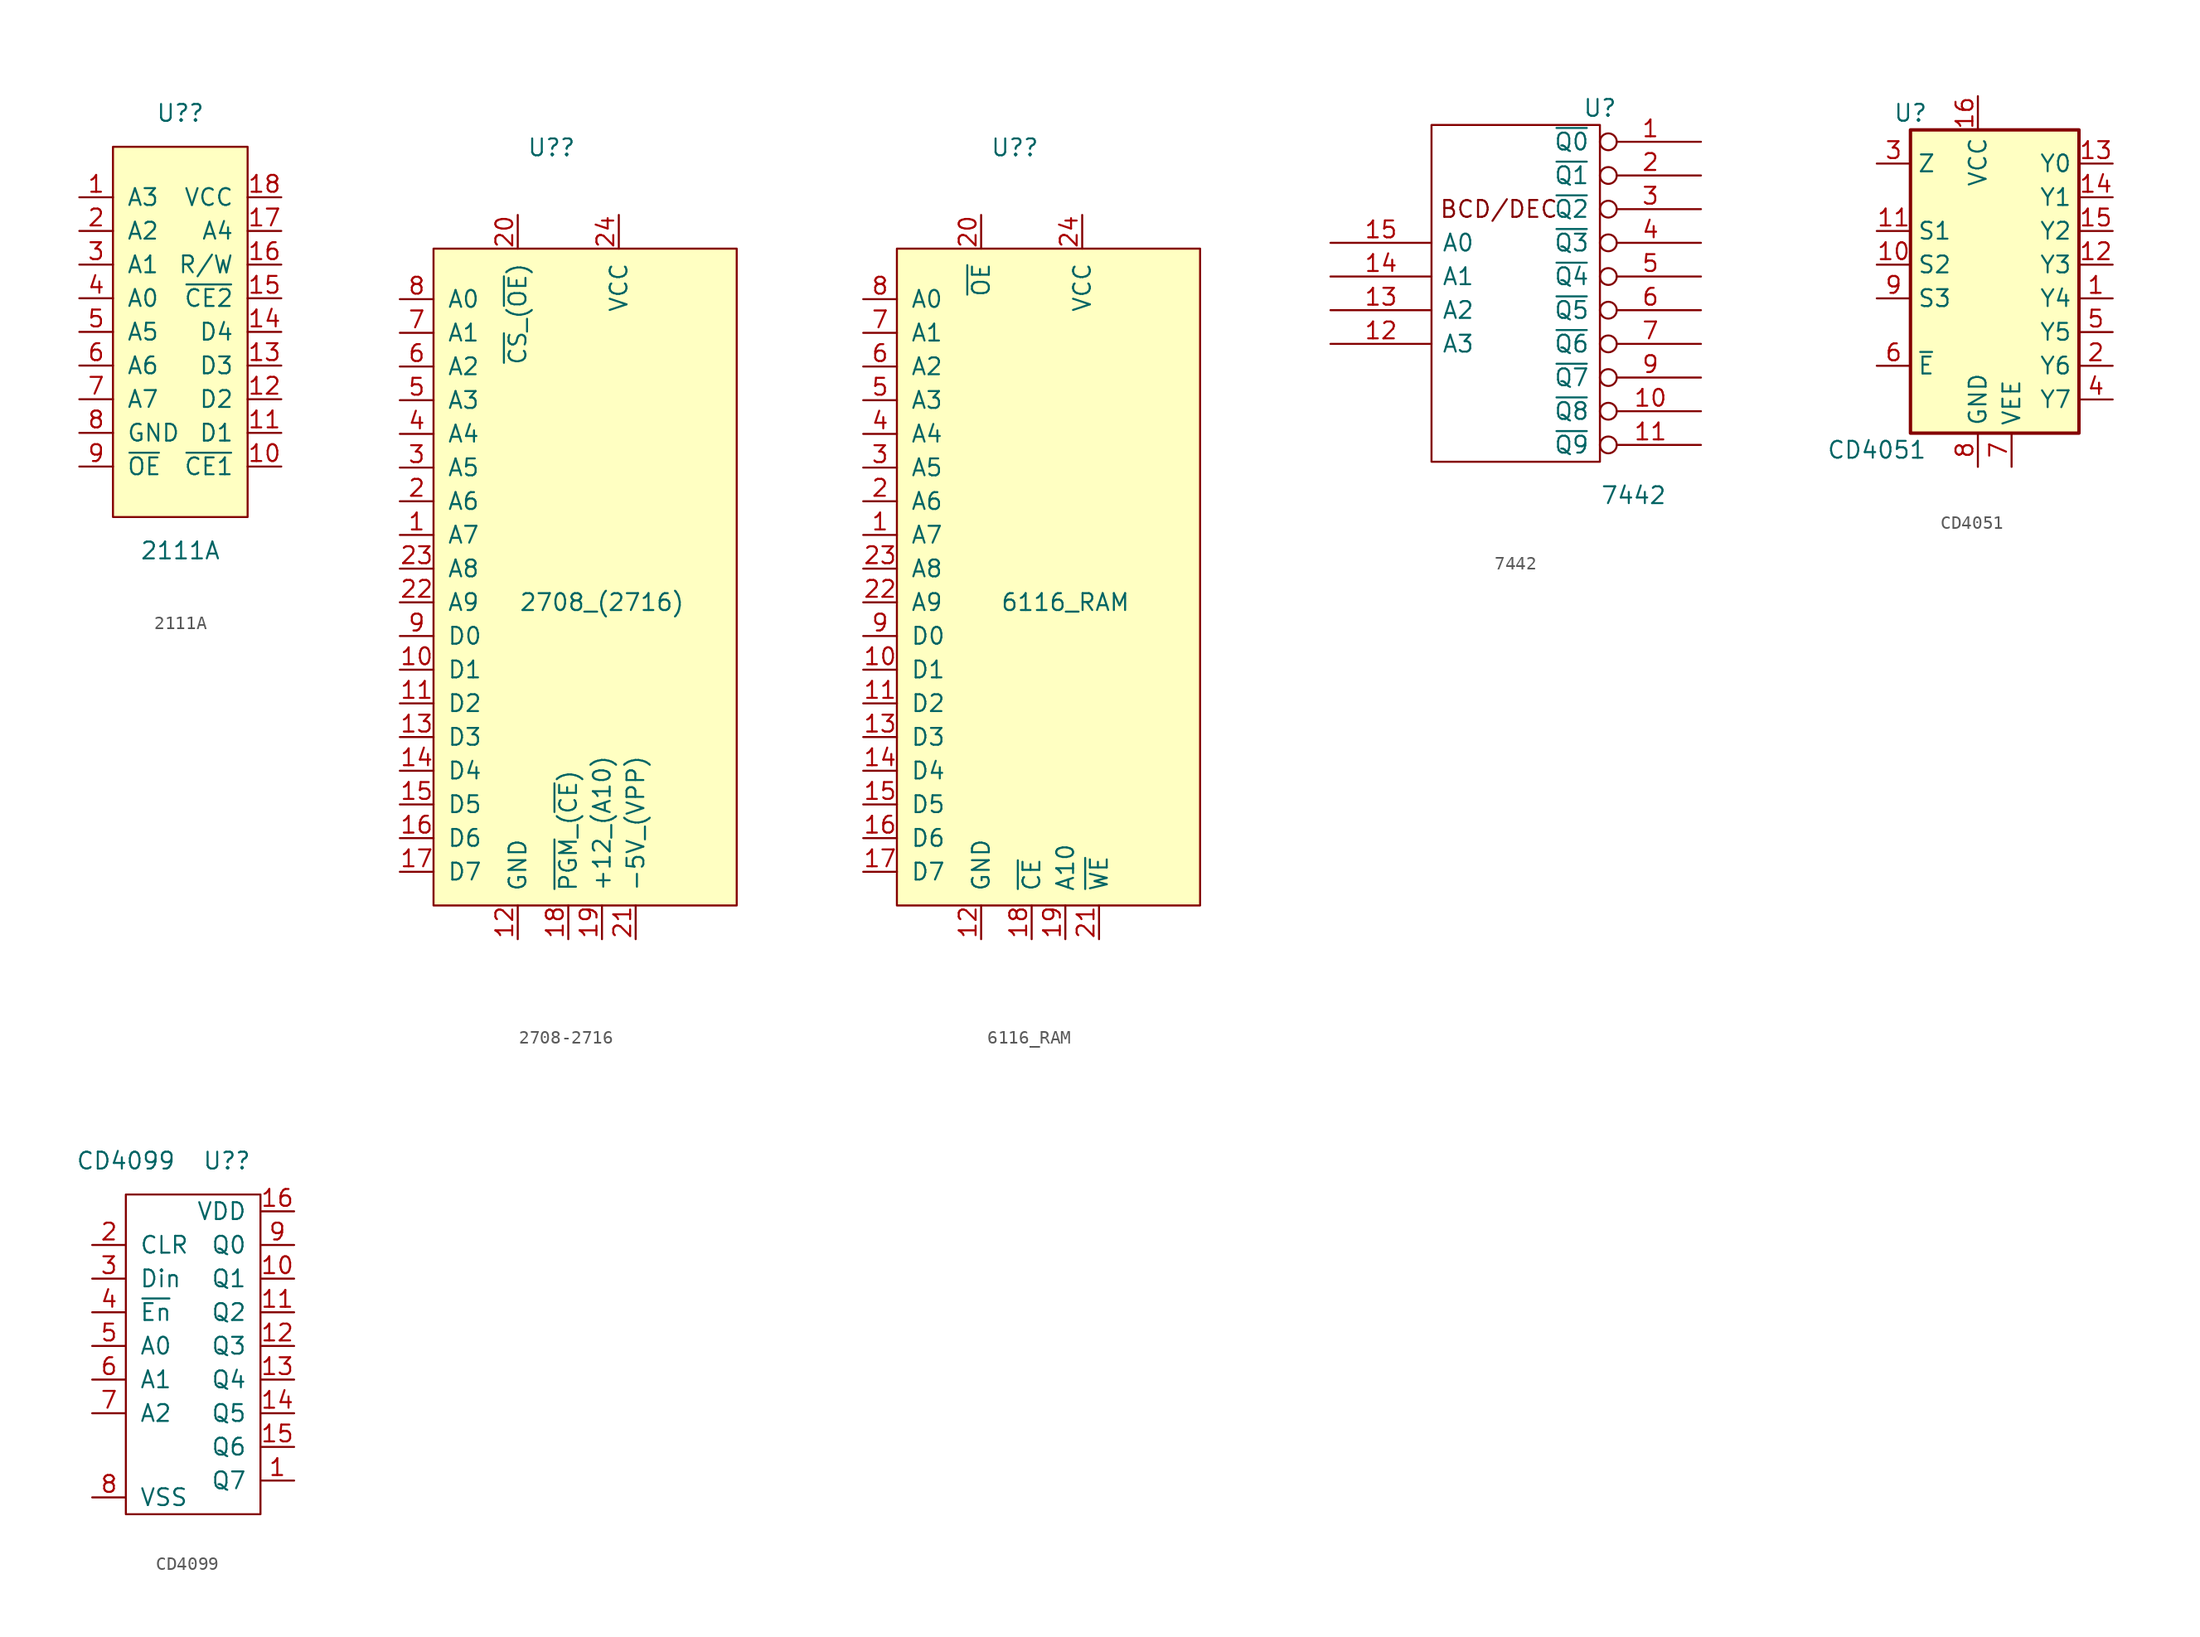
<source format=kicad_sym>
(kicad_symbol_lib
  (version 20220914)
  (generator kicad_symbol_editor)
  (symbol "2111A"
    (pin_names
      (offset 1.016))
    (property "Reference" "U?"
      (at 0 16.51 0)
      (effects (font (size 1.27 1.27))))
    (property "Value" "2111A"
      (at 0 -16.51 0)
      (effects (font (size 1.27 1.27))))
    (symbol "2111A_0_1"
      (rectangle (start -5.08 13.97) (end 5.08 -13.97) (stroke (width 0) (type solid)) (fill (type background))))
    (symbol "2111A_1_1"
      (pin input line (at -7.62 10.16 0) (length 2.54) (name "A3" (effects (font (size 1.27 1.27)))) (number "1" (effects (font (size 1.27 1.27)))))
      (pin input line (at 7.62 -10.16 180) (length 2.54) (name "~{CE1}" (effects (font (size 1.27 1.27)))) (number "10" (effects (font (size 1.27 1.27)))))
      (pin tri_state line (at 7.62 -7.62 180) (length 2.54) (name "D1" (effects (font (size 1.27 1.27)))) (number "11" (effects (font (size 1.27 1.27)))))
      (pin tri_state line (at 7.62 -5.08 180) (length 2.54) (name "D2" (effects (font (size 1.27 1.27)))) (number "12" (effects (font (size 1.27 1.27)))))
      (pin tri_state line (at 7.62 -2.54 180) (length 2.54) (name "D3" (effects (font (size 1.27 1.27)))) (number "13" (effects (font (size 1.27 1.27)))))
      (pin tri_state line (at 7.62 0 180) (length 2.54) (name "D4" (effects (font (size 1.27 1.27)))) (number "14" (effects (font (size 1.27 1.27)))))
      (pin input line (at 7.62 2.54 180) (length 2.54) (name "~{CE2}" (effects (font (size 1.27 1.27)))) (number "15" (effects (font (size 1.27 1.27)))))
      (pin input line (at 7.62 5.08 180) (length 2.54) (name "R/W" (effects (font (size 1.27 1.27)))) (number "16" (effects (font (size 1.27 1.27)))))
      (pin input line (at 7.62 7.62 180) (length 2.54) (name "A4" (effects (font (size 1.27 1.27)))) (number "17" (effects (font (size 1.27 1.27)))))
      (pin power_in line (at 7.62 10.16 180) (length 2.54) (name "VCC" (effects (font (size 1.27 1.27)))) (number "18" (effects (font (size 1.27 1.27)))))
      (pin input line (at -7.62 7.62 0) (length 2.54) (name "A2" (effects (font (size 1.27 1.27)))) (number "2" (effects (font (size 1.27 1.27)))))
      (pin input line (at -7.62 5.08 0) (length 2.54) (name "A1" (effects (font (size 1.27 1.27)))) (number "3" (effects (font (size 1.27 1.27)))))
      (pin input line (at -7.62 2.54 0) (length 2.54) (name "A0" (effects (font (size 1.27 1.27)))) (number "4" (effects (font (size 1.27 1.27)))))
      (pin input line (at -7.62 0 0) (length 2.54) (name "A5" (effects (font (size 1.27 1.27)))) (number "5" (effects (font (size 1.27 1.27)))))
      (pin input line (at -7.62 -2.54 0) (length 2.54) (name "A6" (effects (font (size 1.27 1.27)))) (number "6" (effects (font (size 1.27 1.27)))))
      (pin input line (at -7.62 -5.08 0) (length 2.54) (name "A7" (effects (font (size 1.27 1.27)))) (number "7" (effects (font (size 1.27 1.27)))))
      (pin power_in line (at -7.62 -7.62 0) (length 2.54) (name "GND" (effects (font (size 1.27 1.27)))) (number "8" (effects (font (size 1.27 1.27)))))
      (pin input line (at -7.62 -10.16 0) (length 2.54) (name "~{OE}" (effects (font (size 1.27 1.27)))) (number "9" (effects (font (size 1.27 1.27)))))))
  (symbol "2708-2716"
    (pin_names
      (offset 1.016))
    (property "Reference" "U?"
      (at -2.54 34.29 0)
      (effects (font (size 1.27 1.27))))
    (property "Value" "2708_(2716)"
      (at 1.27 0 0)
      (effects (font (size 1.27 1.27))))
    (symbol "2708-2716_0_1"
      (rectangle (start -11.43 26.67) (end 11.43 -22.86) (stroke (width 0) (type solid)) (fill (type background))))
    (symbol "2708-2716_1_1"
      (pin input line (at -13.97 5.08 0) (length 2.54) (name "A7" (effects (font (size 1.27 1.27)))) (number "1" (effects (font (size 1.27 1.27)))))
      (pin tri_state line (at -13.97 -5.08 0) (length 2.54) (name "D1" (effects (font (size 1.27 1.27)))) (number "10" (effects (font (size 1.27 1.27)))))
      (pin tri_state line (at -13.97 -7.62 0) (length 2.54) (name "D2" (effects (font (size 1.27 1.27)))) (number "11" (effects (font (size 1.27 1.27)))))
      (pin power_in line (at -5.08 -25.4 90) (length 2.54) (name "GND" (effects (font (size 1.27 1.27)))) (number "12" (effects (font (size 1.27 1.27)))))
      (pin tri_state line (at -13.97 -10.16 0) (length 2.54) (name "D3" (effects (font (size 1.27 1.27)))) (number "13" (effects (font (size 1.27 1.27)))))
      (pin tri_state line (at -13.97 -12.7 0) (length 2.54) (name "D4" (effects (font (size 1.27 1.27)))) (number "14" (effects (font (size 1.27 1.27)))))
      (pin tri_state line (at -13.97 -15.24 0) (length 2.54) (name "D5" (effects (font (size 1.27 1.27)))) (number "15" (effects (font (size 1.27 1.27)))))
      (pin tri_state line (at -13.97 -17.78 0) (length 2.54) (name "D6" (effects (font (size 1.27 1.27)))) (number "16" (effects (font (size 1.27 1.27)))))
      (pin tri_state line (at -13.97 -20.32 0) (length 2.54) (name "D7" (effects (font (size 1.27 1.27)))) (number "17" (effects (font (size 1.27 1.27)))))
      (pin input line (at -1.27 -25.4 90) (length 2.54) (name "~{PGM}_(~{CE})" (effects (font (size 1.27 1.27)))) (number "18" (effects (font (size 1.27 1.27)))))
      (pin input line (at 1.27 -25.4 90) (length 2.54) (name "+12_(A10)" (effects (font (size 1.27 1.27)))) (number "19" (effects (font (size 1.27 1.27)))))
      (pin input line (at -13.97 7.62 0) (length 2.54) (name "A6" (effects (font (size 1.27 1.27)))) (number "2" (effects (font (size 1.27 1.27)))))
      (pin input line (at -5.08 29.21 270) (length 2.54) (name "~{CS}_(~{OE})" (effects (font (size 1.27 1.27)))) (number "20" (effects (font (size 1.27 1.27)))))
      (pin input line (at 3.81 -25.4 90) (length 2.54) (name "-5V_(VPP)" (effects (font (size 1.27 1.27)))) (number "21" (effects (font (size 1.27 1.27)))))
      (pin input line (at -13.97 0 0) (length 2.54) (name "A9" (effects (font (size 1.27 1.27)))) (number "22" (effects (font (size 1.27 1.27)))))
      (pin input line (at -13.97 2.54 0) (length 2.54) (name "A8" (effects (font (size 1.27 1.27)))) (number "23" (effects (font (size 1.27 1.27)))))
      (pin power_in line (at 2.54 29.21 270) (length 2.54) (name "VCC" (effects (font (size 1.27 1.27)))) (number "24" (effects (font (size 1.27 1.27)))))
      (pin input line (at -13.97 10.16 0) (length 2.54) (name "A5" (effects (font (size 1.27 1.27)))) (number "3" (effects (font (size 1.27 1.27)))))
      (pin input line (at -13.97 12.7 0) (length 2.54) (name "A4" (effects (font (size 1.27 1.27)))) (number "4" (effects (font (size 1.27 1.27)))))
      (pin input line (at -13.97 15.24 0) (length 2.54) (name "A3" (effects (font (size 1.27 1.27)))) (number "5" (effects (font (size 1.27 1.27)))))
      (pin input line (at -13.97 17.78 0) (length 2.54) (name "A2" (effects (font (size 1.27 1.27)))) (number "6" (effects (font (size 1.27 1.27)))))
      (pin input line (at -13.97 20.32 0) (length 2.54) (name "A1" (effects (font (size 1.27 1.27)))) (number "7" (effects (font (size 1.27 1.27)))))
      (pin input line (at -13.97 22.86 0) (length 2.54) (name "A0" (effects (font (size 1.27 1.27)))) (number "8" (effects (font (size 1.27 1.27)))))
      (pin tri_state line (at -13.97 -2.54 0) (length 2.54) (name "D0" (effects (font (size 1.27 1.27)))) (number "9" (effects (font (size 1.27 1.27)))))))
  (symbol "6116_RAM"
    (pin_names
      (offset 1.016))
    (property "Reference" "U?"
      (at -2.54 34.29 0)
      (effects (font (size 1.27 1.27))))
    (property "Value" "6116_RAM"
      (at 1.27 0 0)
      (effects (font (size 1.27 1.27))))
    (symbol "6116_RAM_0_1"
      (rectangle (start -11.43 26.67) (end 11.43 -22.86) (stroke (width 0) (type solid)) (fill (type background))))
    (symbol "6116_RAM_1_1"
      (pin input line (at -13.97 5.08 0) (length 2.54) (name "A7" (effects (font (size 1.27 1.27)))) (number "1" (effects (font (size 1.27 1.27)))))
      (pin tri_state line (at -13.97 -5.08 0) (length 2.54) (name "D1" (effects (font (size 1.27 1.27)))) (number "10" (effects (font (size 1.27 1.27)))))
      (pin tri_state line (at -13.97 -7.62 0) (length 2.54) (name "D2" (effects (font (size 1.27 1.27)))) (number "11" (effects (font (size 1.27 1.27)))))
      (pin power_in line (at -5.08 -25.4 90) (length 2.54) (name "GND" (effects (font (size 1.27 1.27)))) (number "12" (effects (font (size 1.27 1.27)))))
      (pin tri_state line (at -13.97 -10.16 0) (length 2.54) (name "D3" (effects (font (size 1.27 1.27)))) (number "13" (effects (font (size 1.27 1.27)))))
      (pin tri_state line (at -13.97 -12.7 0) (length 2.54) (name "D4" (effects (font (size 1.27 1.27)))) (number "14" (effects (font (size 1.27 1.27)))))
      (pin tri_state line (at -13.97 -15.24 0) (length 2.54) (name "D5" (effects (font (size 1.27 1.27)))) (number "15" (effects (font (size 1.27 1.27)))))
      (pin tri_state line (at -13.97 -17.78 0) (length 2.54) (name "D6" (effects (font (size 1.27 1.27)))) (number "16" (effects (font (size 1.27 1.27)))))
      (pin tri_state line (at -13.97 -20.32 0) (length 2.54) (name "D7" (effects (font (size 1.27 1.27)))) (number "17" (effects (font (size 1.27 1.27)))))
      (pin input line (at -1.27 -25.4 90) (length 2.54) (name "~{CE}" (effects (font (size 1.27 1.27)))) (number "18" (effects (font (size 1.27 1.27)))))
      (pin input line (at 1.27 -25.4 90) (length 2.54) (name "A10" (effects (font (size 1.27 1.27)))) (number "19" (effects (font (size 1.27 1.27)))))
      (pin input line (at -13.97 7.62 0) (length 2.54) (name "A6" (effects (font (size 1.27 1.27)))) (number "2" (effects (font (size 1.27 1.27)))))
      (pin input line (at -5.08 29.21 270) (length 2.54) (name "~{OE}" (effects (font (size 1.27 1.27)))) (number "20" (effects (font (size 1.27 1.27)))))
      (pin input line (at 3.81 -25.4 90) (length 2.54) (name "~{WE}" (effects (font (size 1.27 1.27)))) (number "21" (effects (font (size 1.27 1.27)))))
      (pin input line (at -13.97 0 0) (length 2.54) (name "A9" (effects (font (size 1.27 1.27)))) (number "22" (effects (font (size 1.27 1.27)))))
      (pin input line (at -13.97 2.54 0) (length 2.54) (name "A8" (effects (font (size 1.27 1.27)))) (number "23" (effects (font (size 1.27 1.27)))))
      (pin power_in line (at 2.54 29.21 270) (length 2.54) (name "VCC" (effects (font (size 1.27 1.27)))) (number "24" (effects (font (size 1.27 1.27)))))
      (pin input line (at -13.97 10.16 0) (length 2.54) (name "A5" (effects (font (size 1.27 1.27)))) (number "3" (effects (font (size 1.27 1.27)))))
      (pin input line (at -13.97 12.7 0) (length 2.54) (name "A4" (effects (font (size 1.27 1.27)))) (number "4" (effects (font (size 1.27 1.27)))))
      (pin input line (at -13.97 15.24 0) (length 2.54) (name "A3" (effects (font (size 1.27 1.27)))) (number "5" (effects (font (size 1.27 1.27)))))
      (pin input line (at -13.97 17.78 0) (length 2.54) (name "A2" (effects (font (size 1.27 1.27)))) (number "6" (effects (font (size 1.27 1.27)))))
      (pin input line (at -13.97 20.32 0) (length 2.54) (name "A1" (effects (font (size 1.27 1.27)))) (number "7" (effects (font (size 1.27 1.27)))))
      (pin input line (at -13.97 22.86 0) (length 2.54) (name "A0" (effects (font (size 1.27 1.27)))) (number "8" (effects (font (size 1.27 1.27)))))
      (pin tri_state line (at -13.97 -2.54 0) (length 2.54) (name "D0" (effects (font (size 1.27 1.27)))) (number "9" (effects (font (size 1.27 1.27)))))))
  (symbol "7442"
    (pin_names
      (offset 0.762))
    (property "Reference" "U"
      (at 6.35 13.97 0)
      (effects (font (size 1.27 1.27))))
    (property "Value" "7442"
      (at 8.89 -15.24 0)
      (effects (font (size 1.27 1.27))))
    (symbol "7442_0_0"
      (rectangle (start -6.35 12.7) (end 6.35 -12.7) (stroke (width 0) (type solid)) (fill (type none)))
      (text "BCD/DEC" (at -1.27 6.35 0) (effects (font (size 1.27 1.27))))
      (pin power_in line (at 0 12.7 270) (length 0) hide (name "VCC" (effects (font (size 1.27 1.27)))) (number "16" (effects (font (size 1.27 1.27)))))
      (pin power_in line (at 0 -12.7 90) (length 0) hide (name "GND" (effects (font (size 1.27 1.27)))) (number "8" (effects (font (size 1.27 1.27))))))
    (symbol "7442_1_1"
      (pin output inverted (at 13.97 11.43 180) (length 7.62) (name "~{Q0}" (effects (font (size 1.27 1.27)))) (number "1" (effects (font (size 1.27 1.27)))))
      (pin output inverted (at 13.97 -8.89 180) (length 7.62) (name "~{Q8}" (effects (font (size 1.27 1.27)))) (number "10" (effects (font (size 1.27 1.27)))))
      (pin output inverted (at 13.97 -11.43 180) (length 7.62) (name "~{Q9}" (effects (font (size 1.27 1.27)))) (number "11" (effects (font (size 1.27 1.27)))))
      (pin input line (at -13.97 -3.81 0) (length 7.62) (name "A3" (effects (font (size 1.27 1.27)))) (number "12" (effects (font (size 1.27 1.27)))))
      (pin input line (at -13.97 -1.27 0) (length 7.62) (name "A2" (effects (font (size 1.27 1.27)))) (number "13" (effects (font (size 1.27 1.27)))))
      (pin input line (at -13.97 1.27 0) (length 7.62) (name "A1" (effects (font (size 1.27 1.27)))) (number "14" (effects (font (size 1.27 1.27)))))
      (pin input line (at -13.97 3.81 0) (length 7.62) (name "A0" (effects (font (size 1.27 1.27)))) (number "15" (effects (font (size 1.27 1.27)))))
      (pin output inverted (at 13.97 8.89 180) (length 7.62) (name "~{Q1}" (effects (font (size 1.27 1.27)))) (number "2" (effects (font (size 1.27 1.27)))))
      (pin output inverted (at 13.97 6.35 180) (length 7.62) (name "~{Q2}" (effects (font (size 1.27 1.27)))) (number "3" (effects (font (size 1.27 1.27)))))
      (pin output inverted (at 13.97 3.81 180) (length 7.62) (name "~{Q3}" (effects (font (size 1.27 1.27)))) (number "4" (effects (font (size 1.27 1.27)))))
      (pin output inverted (at 13.97 1.27 180) (length 7.62) (name "~{Q4}" (effects (font (size 1.27 1.27)))) (number "5" (effects (font (size 1.27 1.27)))))
      (pin output inverted (at 13.97 -1.27 180) (length 7.62) (name "~{Q5}" (effects (font (size 1.27 1.27)))) (number "6" (effects (font (size 1.27 1.27)))))
      (pin output inverted (at 13.97 -3.81 180) (length 7.62) (name "~{Q6}" (effects (font (size 1.27 1.27)))) (number "7" (effects (font (size 1.27 1.27)))))
      (pin output inverted (at 13.97 -6.35 180) (length 7.62) (name "~{Q7}" (effects (font (size 1.27 1.27)))) (number "9" (effects (font (size 1.27 1.27)))))))
  (symbol "CD4051"
    (property "Reference" "U"
      (at -5.08 11.43 0)
      (effects (font (size 1.27 1.27))))
    (property "Value" "CD4051"
      (at -7.62 -13.97 0)
      (effects (font (size 1.27 1.27))))
    (symbol "CD4051_0_1"
      (rectangle (start -5.08 10.16) (end 7.62 -12.7) (stroke (width 0.254) (type solid)) (fill (type background))))
    (symbol "CD4051_1_1"
      (pin passive line (at 10.16 -2.54 180) (length 2.54) (name "Y4" (effects (font (size 1.27 1.27)))) (number "1" (effects (font (size 1.27 1.27)))))
      (pin input line (at -7.62 0 0) (length 2.54) (name "S2" (effects (font (size 1.27 1.27)))) (number "10" (effects (font (size 1.27 1.27)))))
      (pin input line (at -7.62 2.54 0) (length 2.54) (name "S1" (effects (font (size 1.27 1.27)))) (number "11" (effects (font (size 1.27 1.27)))))
      (pin passive line (at 10.16 0 180) (length 2.54) (name "Y3" (effects (font (size 1.27 1.27)))) (number "12" (effects (font (size 1.27 1.27)))))
      (pin passive line (at 10.16 7.62 180) (length 2.54) (name "Y0" (effects (font (size 1.27 1.27)))) (number "13" (effects (font (size 1.27 1.27)))))
      (pin passive line (at 10.16 5.08 180) (length 2.54) (name "Y1" (effects (font (size 1.27 1.27)))) (number "14" (effects (font (size 1.27 1.27)))))
      (pin passive line (at 10.16 2.54 180) (length 2.54) (name "Y2" (effects (font (size 1.27 1.27)))) (number "15" (effects (font (size 1.27 1.27)))))
      (pin power_in line (at 0 12.7 270) (length 2.54) (name "VCC" (effects (font (size 1.27 1.27)))) (number "16" (effects (font (size 1.27 1.27)))))
      (pin passive line (at 10.16 -7.62 180) (length 2.54) (name "Y6" (effects (font (size 1.27 1.27)))) (number "2" (effects (font (size 1.27 1.27)))))
      (pin passive line (at -7.62 7.62 0) (length 2.54) (name "Z" (effects (font (size 1.27 1.27)))) (number "3" (effects (font (size 1.27 1.27)))))
      (pin passive line (at 10.16 -10.16 180) (length 2.54) (name "Y7" (effects (font (size 1.27 1.27)))) (number "4" (effects (font (size 1.27 1.27)))))
      (pin passive line (at 10.16 -5.08 180) (length 2.54) (name "Y5" (effects (font (size 1.27 1.27)))) (number "5" (effects (font (size 1.27 1.27)))))
      (pin input line (at -7.62 -7.62 0) (length 2.54) (name "~{E}" (effects (font (size 1.27 1.27)))) (number "6" (effects (font (size 1.27 1.27)))))
      (pin power_in line (at 2.54 -15.24 90) (length 2.54) (name "VEE" (effects (font (size 1.27 1.27)))) (number "7" (effects (font (size 1.27 1.27)))))
      (pin power_in line (at 0 -15.24 90) (length 2.54) (name "GND" (effects (font (size 1.27 1.27)))) (number "8" (effects (font (size 1.27 1.27)))))
      (pin input line (at -7.62 -2.54 0) (length 2.54) (name "S3" (effects (font (size 1.27 1.27)))) (number "9" (effects (font (size 1.27 1.27)))))))
  (symbol "CD4099"
    (pin_names
      (offset 1.016))
    (property "Reference" "U?"
      (at 2.54 12.7 0)
      (effects (font (size 1.27 1.27))))
    (property "Value" "CD4099"
      (at -5.08 12.7 0)
      (effects (font (size 1.27 1.27))))
    (symbol "CD4099_0_1"
      (rectangle (start -5.08 10.16) (end 5.08 -13.97) (stroke (width 0) (type solid)) (fill (type none))))
    (symbol "CD4099_1_1"
      (pin output line (at 7.62 -11.43 180) (length 2.54) (name "Q7" (effects (font (size 1.27 1.27)))) (number "1" (effects (font (size 1.27 1.27)))))
      (pin output line (at 7.62 3.81 180) (length 2.54) (name "Q1" (effects (font (size 1.27 1.27)))) (number "10" (effects (font (size 1.27 1.27)))))
      (pin output line (at 7.62 1.27 180) (length 2.54) (name "Q2" (effects (font (size 1.27 1.27)))) (number "11" (effects (font (size 1.27 1.27)))))
      (pin output line (at 7.62 -1.27 180) (length 2.54) (name "Q3" (effects (font (size 1.27 1.27)))) (number "12" (effects (font (size 1.27 1.27)))))
      (pin output line (at 7.62 -3.81 180) (length 2.54) (name "Q4" (effects (font (size 1.27 1.27)))) (number "13" (effects (font (size 1.27 1.27)))))
      (pin output line (at 7.62 -6.35 180) (length 2.54) (name "Q5" (effects (font (size 1.27 1.27)))) (number "14" (effects (font (size 1.27 1.27)))))
      (pin output line (at 7.62 -8.89 180) (length 2.54) (name "Q6" (effects (font (size 1.27 1.27)))) (number "15" (effects (font (size 1.27 1.27)))))
      (pin power_in line (at 7.62 8.89 180) (length 2.54) (name "VDD" (effects (font (size 1.27 1.27)))) (number "16" (effects (font (size 1.27 1.27)))))
      (pin input line (at -7.62 6.35 0) (length 2.54) (name "CLR" (effects (font (size 1.27 1.27)))) (number "2" (effects (font (size 1.27 1.27)))))
      (pin input line (at -7.62 3.81 0) (length 2.54) (name "Din" (effects (font (size 1.27 1.27)))) (number "3" (effects (font (size 1.27 1.27)))))
      (pin input line (at -7.62 1.27 0) (length 2.54) (name "~{En}" (effects (font (size 1.27 1.27)))) (number "4" (effects (font (size 1.27 1.27)))))
      (pin input line (at -7.62 -1.27 0) (length 2.54) (name "A0" (effects (font (size 1.27 1.27)))) (number "5" (effects (font (size 1.27 1.27)))))
      (pin input line (at -7.62 -3.81 0) (length 2.54) (name "A1" (effects (font (size 1.27 1.27)))) (number "6" (effects (font (size 1.27 1.27)))))
      (pin input line (at -7.62 -6.35 0) (length 2.54) (name "A2" (effects (font (size 1.27 1.27)))) (number "7" (effects (font (size 1.27 1.27)))))
      (pin power_in line (at -7.62 -12.7 0) (length 2.54) (name "VSS" (effects (font (size 1.27 1.27)))) (number "8" (effects (font (size 1.27 1.27)))))
      (pin output line (at 7.62 6.35 180) (length 2.54) (name "Q0" (effects (font (size 1.27 1.27)))) (number "9" (effects (font (size 1.27 1.27))))))))
</source>
